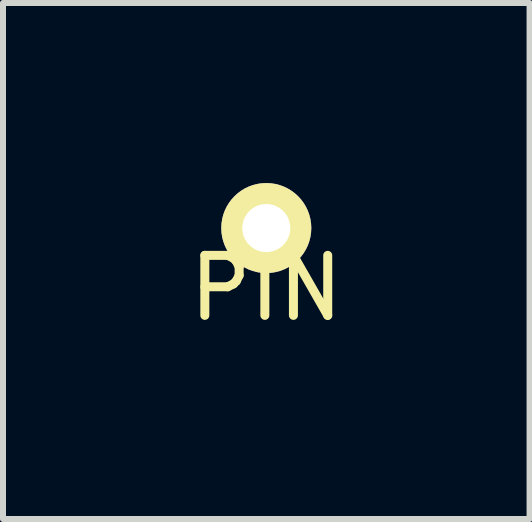
<source format=kicad_pcb>
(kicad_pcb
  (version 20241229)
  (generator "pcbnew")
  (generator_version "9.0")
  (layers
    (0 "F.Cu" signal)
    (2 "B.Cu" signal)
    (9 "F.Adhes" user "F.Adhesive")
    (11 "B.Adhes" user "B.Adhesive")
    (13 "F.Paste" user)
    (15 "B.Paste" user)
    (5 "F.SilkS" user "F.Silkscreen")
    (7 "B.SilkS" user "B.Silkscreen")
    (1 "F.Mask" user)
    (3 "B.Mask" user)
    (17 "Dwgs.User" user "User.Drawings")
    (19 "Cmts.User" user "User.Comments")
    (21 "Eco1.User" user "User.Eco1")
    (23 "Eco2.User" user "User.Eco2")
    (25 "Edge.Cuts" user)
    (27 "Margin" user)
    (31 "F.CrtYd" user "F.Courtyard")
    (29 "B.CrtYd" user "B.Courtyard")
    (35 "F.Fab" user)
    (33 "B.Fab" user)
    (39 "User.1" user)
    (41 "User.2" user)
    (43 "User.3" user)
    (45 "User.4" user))
  (footprint "PIN"
    (layer "F.Cu")
    (at 1.387 0.75)
    (property "Reference" "PIN" (at 0 1 0) (layer "F.SilkS") (effects (font (size 1 1) (thickness 0.15))))
    (attr through_hole)
    (pad "1" thru_hole circle (at 0 0) (size 1.5 1.5) (drill 0.8) (layers "*.Cu" "*.Mask" "F.SilkS")))
  (gr_rect
    (start -3 -3)
    (end 5.774 5.598)
    (stroke (width 0.1) (type default))
    (fill no)
    (layer "Edge.Cuts")))
</source>
